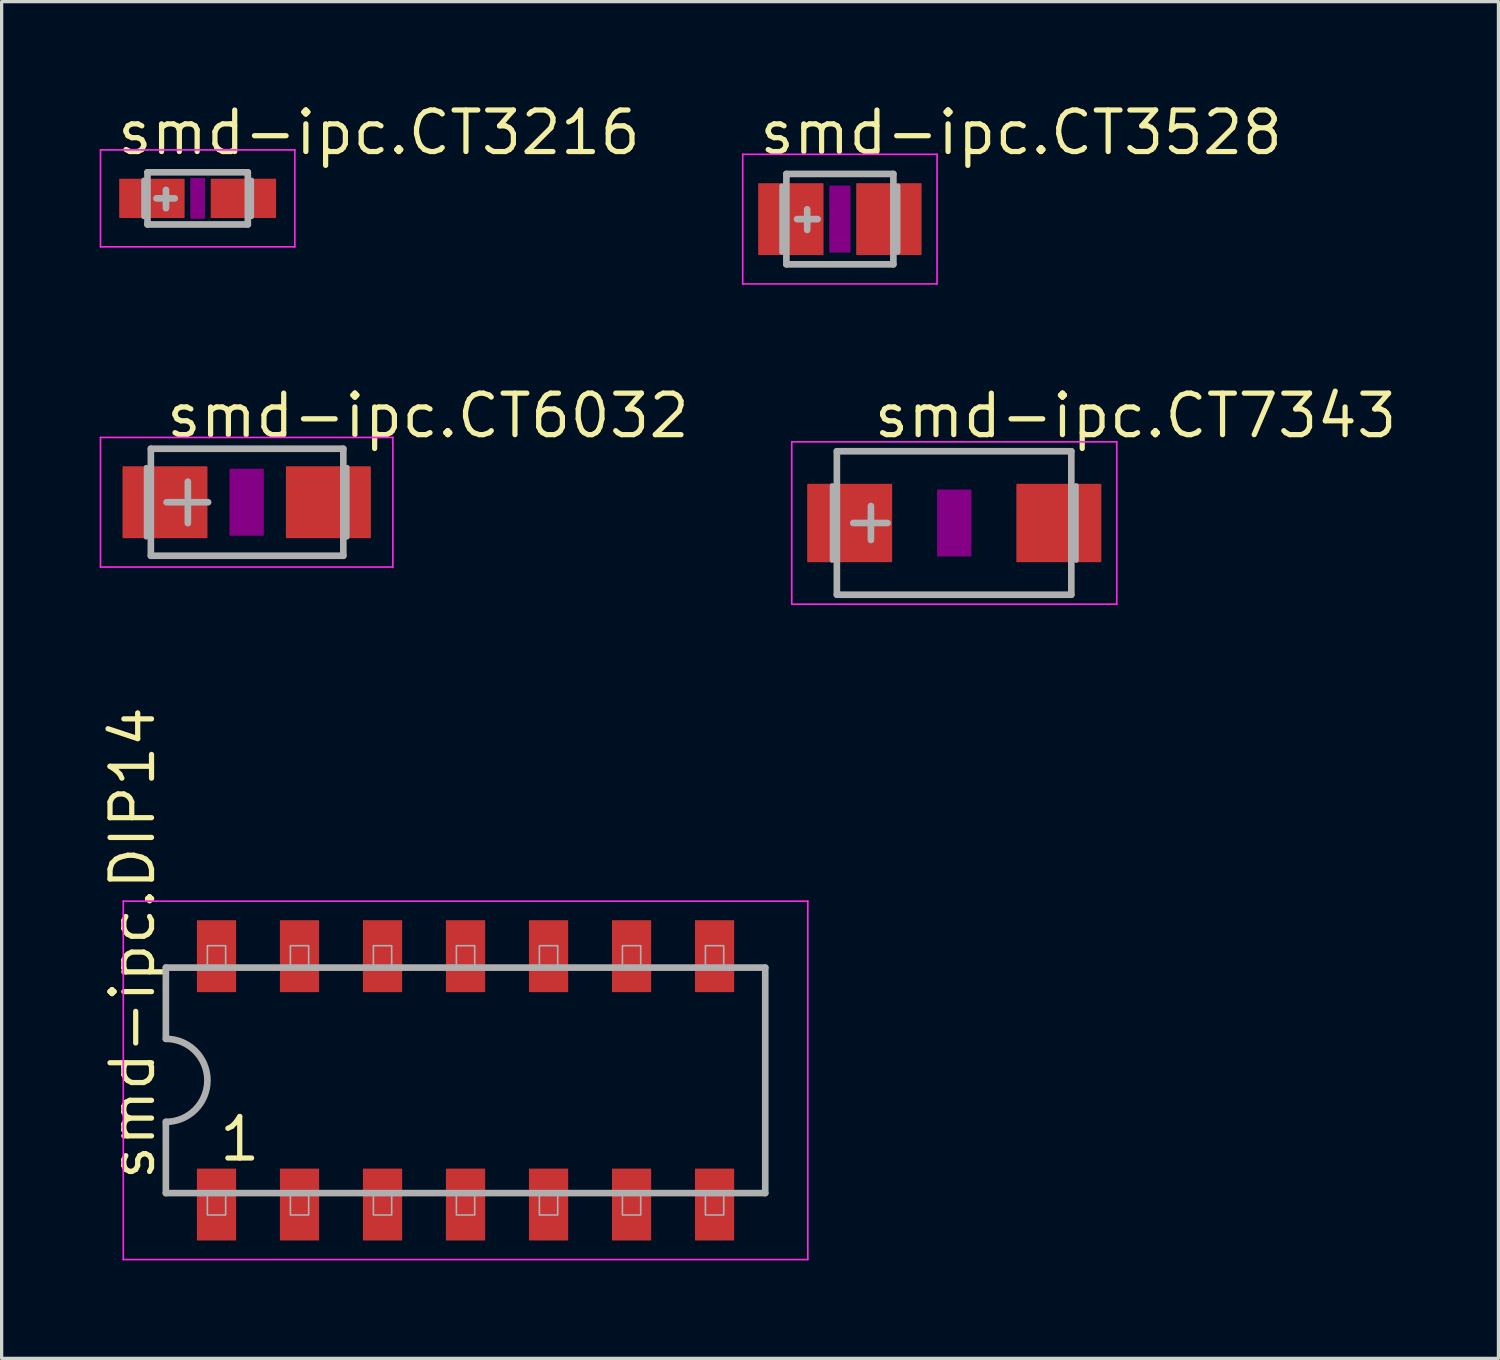
<source format=kicad_pcb>
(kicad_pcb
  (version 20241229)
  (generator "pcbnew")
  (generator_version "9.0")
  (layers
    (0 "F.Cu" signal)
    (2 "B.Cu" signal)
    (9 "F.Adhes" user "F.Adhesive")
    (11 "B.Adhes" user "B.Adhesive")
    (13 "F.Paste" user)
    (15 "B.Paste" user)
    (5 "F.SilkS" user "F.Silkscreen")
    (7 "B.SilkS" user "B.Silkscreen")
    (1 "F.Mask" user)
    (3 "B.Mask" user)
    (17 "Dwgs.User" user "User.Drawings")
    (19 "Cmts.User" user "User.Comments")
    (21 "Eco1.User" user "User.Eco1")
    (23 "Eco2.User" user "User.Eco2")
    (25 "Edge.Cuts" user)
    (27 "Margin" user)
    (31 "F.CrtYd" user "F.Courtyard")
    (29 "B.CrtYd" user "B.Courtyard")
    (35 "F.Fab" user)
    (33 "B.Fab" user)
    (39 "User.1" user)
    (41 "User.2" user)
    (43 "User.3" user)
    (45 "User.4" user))
  (footprint "smd-ipc.DIP14"
    (layer "F.Cu")
    (at 11.195 30.007)
    (property "Reference" "smd-ipc.DIP14" (at -9.445 3.135 90) (layer "F.SilkS") (effects (font (size 1.27 1.27) (thickness 0.16)) (justify left bottom)))
    (attr smd)
    (fp_line (start -10.473 -5.483) (end 10.473 -5.483) (stroke (width 0.051) (type default)) (layer "F.CrtYd"))
    (fp_line (start -10.473 5.483) (end -10.473 -5.483) (stroke (width 0.051) (type default)) (layer "F.CrtYd"))
    (fp_line (start 10.473 -5.483) (end 10.473 5.483) (stroke (width 0.051) (type default)) (layer "F.CrtYd"))
    (fp_line (start 10.473 5.483) (end -10.473 5.483) (stroke (width 0.051) (type default)) (layer "F.CrtYd"))
    (fp_line (start -9.17 -3.45) (end -9.17 -1.27) (stroke (width 0.203) (type default)) (layer "F.Fab"))
    (fp_line (start -9.17 1.27) (end -9.17 3.45) (stroke (width 0.203) (type default)) (layer "F.Fab"))
    (fp_line (start -9.17 3.45) (end 9.17 3.45) (stroke (width 0.203) (type default)) (layer "F.Fab"))
    (fp_line (start 9.17 -3.45) (end -9.17 -3.45) (stroke (width 0.203) (type default)) (layer "F.Fab"))
    (fp_line (start 9.17 3.45) (end 9.17 -3.45) (stroke (width 0.203) (type default)) (layer "F.Fab"))
    (fp_rect (start -7.9 -3.45) (end -7.34 -4.12) (stroke (width 0.05) (type default)) (fill no) (layer "F.Fab"))
    (fp_rect (start -7.9 4.12) (end -7.34 3.45) (stroke (width 0.05) (type default)) (fill no) (layer "F.Fab"))
    (fp_rect (start -5.36 -3.45) (end -4.8 -4.12) (stroke (width 0.05) (type default)) (fill no) (layer "F.Fab"))
    (fp_rect (start -5.36 4.12) (end -4.8 3.45) (stroke (width 0.05) (type default)) (fill no) (layer "F.Fab"))
    (fp_rect (start -2.82 -3.45) (end -2.26 -4.12) (stroke (width 0.05) (type default)) (fill no) (layer "F.Fab"))
    (fp_rect (start -2.82 4.12) (end -2.26 3.45) (stroke (width 0.05) (type default)) (fill no) (layer "F.Fab"))
    (fp_rect (start -0.28 -3.45) (end 0.28 -4.12) (stroke (width 0.05) (type default)) (fill no) (layer "F.Fab"))
    (fp_rect (start -0.28 4.12) (end 0.28 3.45) (stroke (width 0.05) (type default)) (fill no) (layer "F.Fab"))
    (fp_rect (start 2.26 -3.45) (end 2.82 -4.12) (stroke (width 0.05) (type default)) (fill no) (layer "F.Fab"))
    (fp_rect (start 2.26 4.12) (end 2.82 3.45) (stroke (width 0.05) (type default)) (fill no) (layer "F.Fab"))
    (fp_rect (start 4.8 -3.45) (end 5.36 -4.12) (stroke (width 0.05) (type default)) (fill no) (layer "F.Fab"))
    (fp_rect (start 4.8 4.12) (end 5.36 3.45) (stroke (width 0.05) (type default)) (fill no) (layer "F.Fab"))
    (fp_rect (start 7.34 -3.45) (end 7.9 -4.12) (stroke (width 0.05) (type default)) (fill no) (layer "F.Fab"))
    (fp_rect (start 7.34 4.12) (end 7.9 3.45) (stroke (width 0.05) (type default)) (fill no) (layer "F.Fab"))
    (fp_arc (start -9.1684 -1.27) (mid -7.8984 0) (end -9.1684 1.27) (stroke (width 0.2032) (type default)) (layer "F.Fab"))
    (fp_text user "1" (at -7.62 2.54 0) (layer "F.SilkS") (effects (font (size 1.27 1.27) (thickness 0.16)) (justify left bottom)))
    (pad "1" smd roundrect (at -7.62 3.8) (size 1.2 2.2) (layers "F.Cu" "F.Mask" "F.Paste") (roundrect_rratio 0.01))
    (pad "2" smd roundrect (at -5.08 3.8) (size 1.2 2.2) (layers "F.Cu" "F.Mask" "F.Paste") (roundrect_rratio 0.01))
    (pad "3" smd roundrect (at -2.54 3.8) (size 1.2 2.2) (layers "F.Cu" "F.Mask" "F.Paste") (roundrect_rratio 0.01))
    (pad "4" smd roundrect (at 0 3.8) (size 1.2 2.2) (layers "F.Cu" "F.Mask" "F.Paste") (roundrect_rratio 0.01))
    (pad "5" smd roundrect (at 2.54 3.8) (size 1.2 2.2) (layers "F.Cu" "F.Mask" "F.Paste") (roundrect_rratio 0.01))
    (pad "6" smd roundrect (at 5.08 3.8) (size 1.2 2.2) (layers "F.Cu" "F.Mask" "F.Paste") (roundrect_rratio 0.01))
    (pad "7" smd roundrect (at 7.62 3.8) (size 1.2 2.2) (layers "F.Cu" "F.Mask" "F.Paste") (roundrect_rratio 0.01))
    (pad "8" smd roundrect (at 7.62 -3.8) (size 1.2 2.2) (layers "F.Cu" "F.Mask" "F.Paste") (roundrect_rratio 0.01))
    (pad "9" smd roundrect (at 5.08 -3.8) (size 1.2 2.2) (layers "F.Cu" "F.Mask" "F.Paste") (roundrect_rratio 0.01))
    (pad "10" smd roundrect (at 2.54 -3.8) (size 1.2 2.2) (layers "F.Cu" "F.Mask" "F.Paste") (roundrect_rratio 0.01))
    (pad "11" smd roundrect (at 0 -3.8) (size 1.2 2.2) (layers "F.Cu" "F.Mask" "F.Paste") (roundrect_rratio 0.01))
    (pad "12" smd roundrect (at -2.54 -3.8) (size 1.2 2.2) (layers "F.Cu" "F.Mask" "F.Paste") (roundrect_rratio 0.01))
    (pad "13" smd roundrect (at -5.08 -3.8) (size 1.2 2.2) (layers "F.Cu" "F.Mask" "F.Paste") (roundrect_rratio 0.01))
    (pad "14" smd roundrect (at -7.62 -3.8) (size 1.2 2.2) (layers "F.Cu" "F.Mask" "F.Paste") (roundrect_rratio 0.01)))
  (footprint "smd-ipc.CT6032"
    (layer "F.Cu")
    (at 4.498 12.318)
    (property "Reference" "smd-ipc.CT6032" (at -2.54 -1.905 0) (layer "F.SilkS") (effects (font (size 1.27 1.27) (thickness 0.16)) (justify left bottom)))
    (attr smd)
    (fp_rect (start -0.5 1) (end 0.5 -1) (stroke (width 0.05) (type default)) (fill yes) (layer "F.Adhes"))
    (fp_line (start -4.473 -1.983) (end 4.473 -1.983) (stroke (width 0.051) (type default)) (layer "F.CrtYd"))
    (fp_line (start -4.473 1.983) (end -4.473 -1.983) (stroke (width 0.051) (type default)) (layer "F.CrtYd"))
    (fp_line (start 4.473 -1.983) (end 4.473 1.983) (stroke (width 0.051) (type default)) (layer "F.CrtYd"))
    (fp_line (start 4.473 1.983) (end -4.473 1.983) (stroke (width 0.051) (type default)) (layer "F.CrtYd"))
    (fp_line (start -3.073 -1.067) (end -3.073 1.067) (stroke (width 0.152) (type default)) (layer "F.Fab"))
    (fp_line (start -2.932 1.637) (end -2.932 -1.637) (stroke (width 0.203) (type default)) (layer "F.Fab"))
    (fp_line (start -1.8 -0.63) (end -1.8 0.64) (stroke (width 0.203) (type default)) (layer "F.Fab"))
    (fp_line (start -1.18 0) (end -2.45 0) (stroke (width 0.203) (type default)) (layer "F.Fab"))
    (fp_line (start 2.957 -1.637) (end -2.932 -1.637) (stroke (width 0.203) (type default)) (layer "F.Fab"))
    (fp_line (start 2.957 1.637) (end -2.932 1.637) (stroke (width 0.203) (type default)) (layer "F.Fab"))
    (fp_line (start 2.957 1.637) (end 2.957 -1.637) (stroke (width 0.203) (type default)) (layer "F.Fab"))
    (fp_line (start 3.073 -1.067) (end 3.073 1.067) (stroke (width 0.152) (type default)) (layer "F.Fab"))
    (pad "+" smd roundrect (at -2.5 0) (size 2.6 2.2) (layers "F.Cu" "F.Mask" "F.Paste") (roundrect_rratio 0.01))
    (pad "-" smd roundrect (at 2.5 0) (size 2.6 2.2) (layers "F.Cu" "F.Mask" "F.Paste") (roundrect_rratio 0.01)))
  (footprint "smd-ipc.CT3528"
    (layer "F.Cu")
    (at 22.649 3.655)
    (property "Reference" "smd-ipc.CT3528" (at -2.54 -1.905 0) (layer "F.SilkS") (effects (font (size 1.27 1.27) (thickness 0.16)) (justify left bottom)))
    (attr smd)
    (fp_rect (start -0.3 1) (end 0.3 -1) (stroke (width 0.05) (type default)) (fill yes) (layer "F.Adhes"))
    (fp_line (start -2.973 -1.983) (end 2.973 -1.983) (stroke (width 0.051) (type default)) (layer "F.CrtYd"))
    (fp_line (start -2.973 1.983) (end -2.973 -1.983) (stroke (width 0.051) (type default)) (layer "F.CrtYd"))
    (fp_line (start 2.973 -1.983) (end 2.973 1.983) (stroke (width 0.051) (type default)) (layer "F.CrtYd"))
    (fp_line (start 2.973 1.983) (end -2.973 1.983) (stroke (width 0.051) (type default)) (layer "F.CrtYd"))
    (fp_line (start -1.778 -1.016) (end -1.778 1.016) (stroke (width 0.152) (type default)) (layer "F.Fab"))
    (fp_line (start -1.637 1.383) (end -1.637 -1.383) (stroke (width 0.203) (type default)) (layer "F.Fab"))
    (fp_line (start -1 -0.3) (end -1 0.33) (stroke (width 0.203) (type default)) (layer "F.Fab"))
    (fp_line (start -0.68 0) (end -1.31 0) (stroke (width 0.203) (type default)) (layer "F.Fab"))
    (fp_line (start 1.637 -1.383) (end -1.637 -1.383) (stroke (width 0.203) (type default)) (layer "F.Fab"))
    (fp_line (start 1.637 1.383) (end -1.637 1.383) (stroke (width 0.203) (type default)) (layer "F.Fab"))
    (fp_line (start 1.637 1.383) (end 1.637 -1.383) (stroke (width 0.203) (type default)) (layer "F.Fab"))
    (fp_line (start 1.778 -1.016) (end 1.778 1.016) (stroke (width 0.152) (type default)) (layer "F.Fab"))
    (pad "+" smd roundrect (at -1.5 0) (size 2 2.2) (layers "F.Cu" "F.Mask" "F.Paste") (roundrect_rratio 0.01))
    (pad "-" smd roundrect (at 1.5 0) (size 2 2.2) (layers "F.Cu" "F.Mask" "F.Paste") (roundrect_rratio 0.01)))
  (footprint "smd-ipc.CT7343"
    (layer "F.Cu")
    (at 26.149 12.953)
    (property "Reference" "smd-ipc.CT7343" (at -2.54 -2.54 0) (layer "F.SilkS") (effects (font (size 1.27 1.27) (thickness 0.16)) (justify left bottom)))
    (attr smd)
    (fp_rect (start -0.5 1) (end 0.5 -1) (stroke (width 0.05) (type default)) (fill yes) (layer "F.Adhes"))
    (fp_line (start -4.973 -2.483) (end 4.973 -2.483) (stroke (width 0.051) (type default)) (layer "F.CrtYd"))
    (fp_line (start -4.973 2.483) (end -4.973 -2.483) (stroke (width 0.051) (type default)) (layer "F.CrtYd"))
    (fp_line (start 4.973 -2.483) (end 4.973 2.483) (stroke (width 0.051) (type default)) (layer "F.CrtYd"))
    (fp_line (start 4.973 2.483) (end -4.973 2.483) (stroke (width 0.051) (type default)) (layer "F.CrtYd"))
    (fp_line (start -3.734 -1.143) (end -3.734 1.143) (stroke (width 0.152) (type default)) (layer "F.Fab"))
    (fp_line (start -3.592 2.195) (end -3.592 -2.195) (stroke (width 0.203) (type default)) (layer "F.Fab"))
    (fp_line (start -2.55 -0.52) (end -2.55 0.52) (stroke (width 0.203) (type default)) (layer "F.Fab"))
    (fp_line (start -2.04 0) (end -3.09 0) (stroke (width 0.203) (type default)) (layer "F.Fab"))
    (fp_line (start 3.582 -2.195) (end -3.592 -2.195) (stroke (width 0.203) (type default)) (layer "F.Fab"))
    (fp_line (start 3.582 2.195) (end -3.592 2.195) (stroke (width 0.203) (type default)) (layer "F.Fab"))
    (fp_line (start 3.582 2.195) (end 3.582 -2.195) (stroke (width 0.203) (type default)) (layer "F.Fab"))
    (fp_line (start 3.734 -1.143) (end 3.734 1.143) (stroke (width 0.152) (type default)) (layer "F.Fab"))
    (pad "+" smd roundrect (at -3.2 0) (size 2.6 2.4) (layers "F.Cu" "F.Mask" "F.Paste") (roundrect_rratio 0.01))
    (pad "-" smd roundrect (at 3.2 0) (size 2.6 2.4) (layers "F.Cu" "F.Mask" "F.Paste") (roundrect_rratio 0.01)))
  (footprint "smd-ipc.CT3216"
    (layer "F.Cu")
    (at 2.998 3.02)
    (property "Reference" "smd-ipc.CT3216" (at -2.54 -1.27 0) (layer "F.SilkS") (effects (font (size 1.27 1.27) (thickness 0.16)) (justify left bottom)))
    (attr smd)
    (fp_rect (start -0.2 0.6) (end 0.2 -0.6) (stroke (width 0.05) (type default)) (fill yes) (layer "F.Adhes"))
    (fp_line (start -2.973 -1.483) (end 2.973 -1.483) (stroke (width 0.051) (type default)) (layer "F.CrtYd"))
    (fp_line (start -2.973 1.483) (end -2.973 -1.483) (stroke (width 0.051) (type default)) (layer "F.CrtYd"))
    (fp_line (start 2.973 -1.483) (end 2.973 1.483) (stroke (width 0.051) (type default)) (layer "F.CrtYd"))
    (fp_line (start 2.973 1.483) (end -2.973 1.483) (stroke (width 0.051) (type default)) (layer "F.CrtYd"))
    (fp_line (start -1.651 -0.559) (end -1.651 0.559) (stroke (width 0.152) (type default)) (layer "F.Fab"))
    (fp_line (start -1.535 -0.798) (end -1.535 0.798) (stroke (width 0.203) (type default)) (layer "F.Fab"))
    (fp_line (start -1.535 0.798) (end 1.535 0.798) (stroke (width 0.203) (type default)) (layer "F.Fab"))
    (fp_line (start -0.97 -0.26) (end -0.97 0.3) (stroke (width 0.203) (type default)) (layer "F.Fab"))
    (fp_line (start -0.7 0) (end -1.26 0) (stroke (width 0.203) (type default)) (layer "F.Fab"))
    (fp_line (start 1.535 -0.798) (end -1.535 -0.798) (stroke (width 0.203) (type default)) (layer "F.Fab"))
    (fp_line (start 1.535 0.798) (end 1.535 -0.798) (stroke (width 0.203) (type default)) (layer "F.Fab"))
    (fp_line (start 1.651 -0.559) (end 1.651 0.559) (stroke (width 0.152) (type default)) (layer "F.Fab"))
    (pad "+" smd roundrect (at -1.4 0) (size 2 1.2) (layers "F.Cu" "F.Mask" "F.Paste") (roundrect_rratio 0.01))
    (pad "-" smd roundrect (at 1.4 0) (size 2 1.2) (layers "F.Cu" "F.Mask" "F.Paste") (roundrect_rratio 0.01)))
  (gr_rect
    (start -3 -3)
    (end 42.8 38.515)
    (stroke (width 0.1) (type default))
    (fill no)
    (layer "Edge.Cuts")))
</source>
